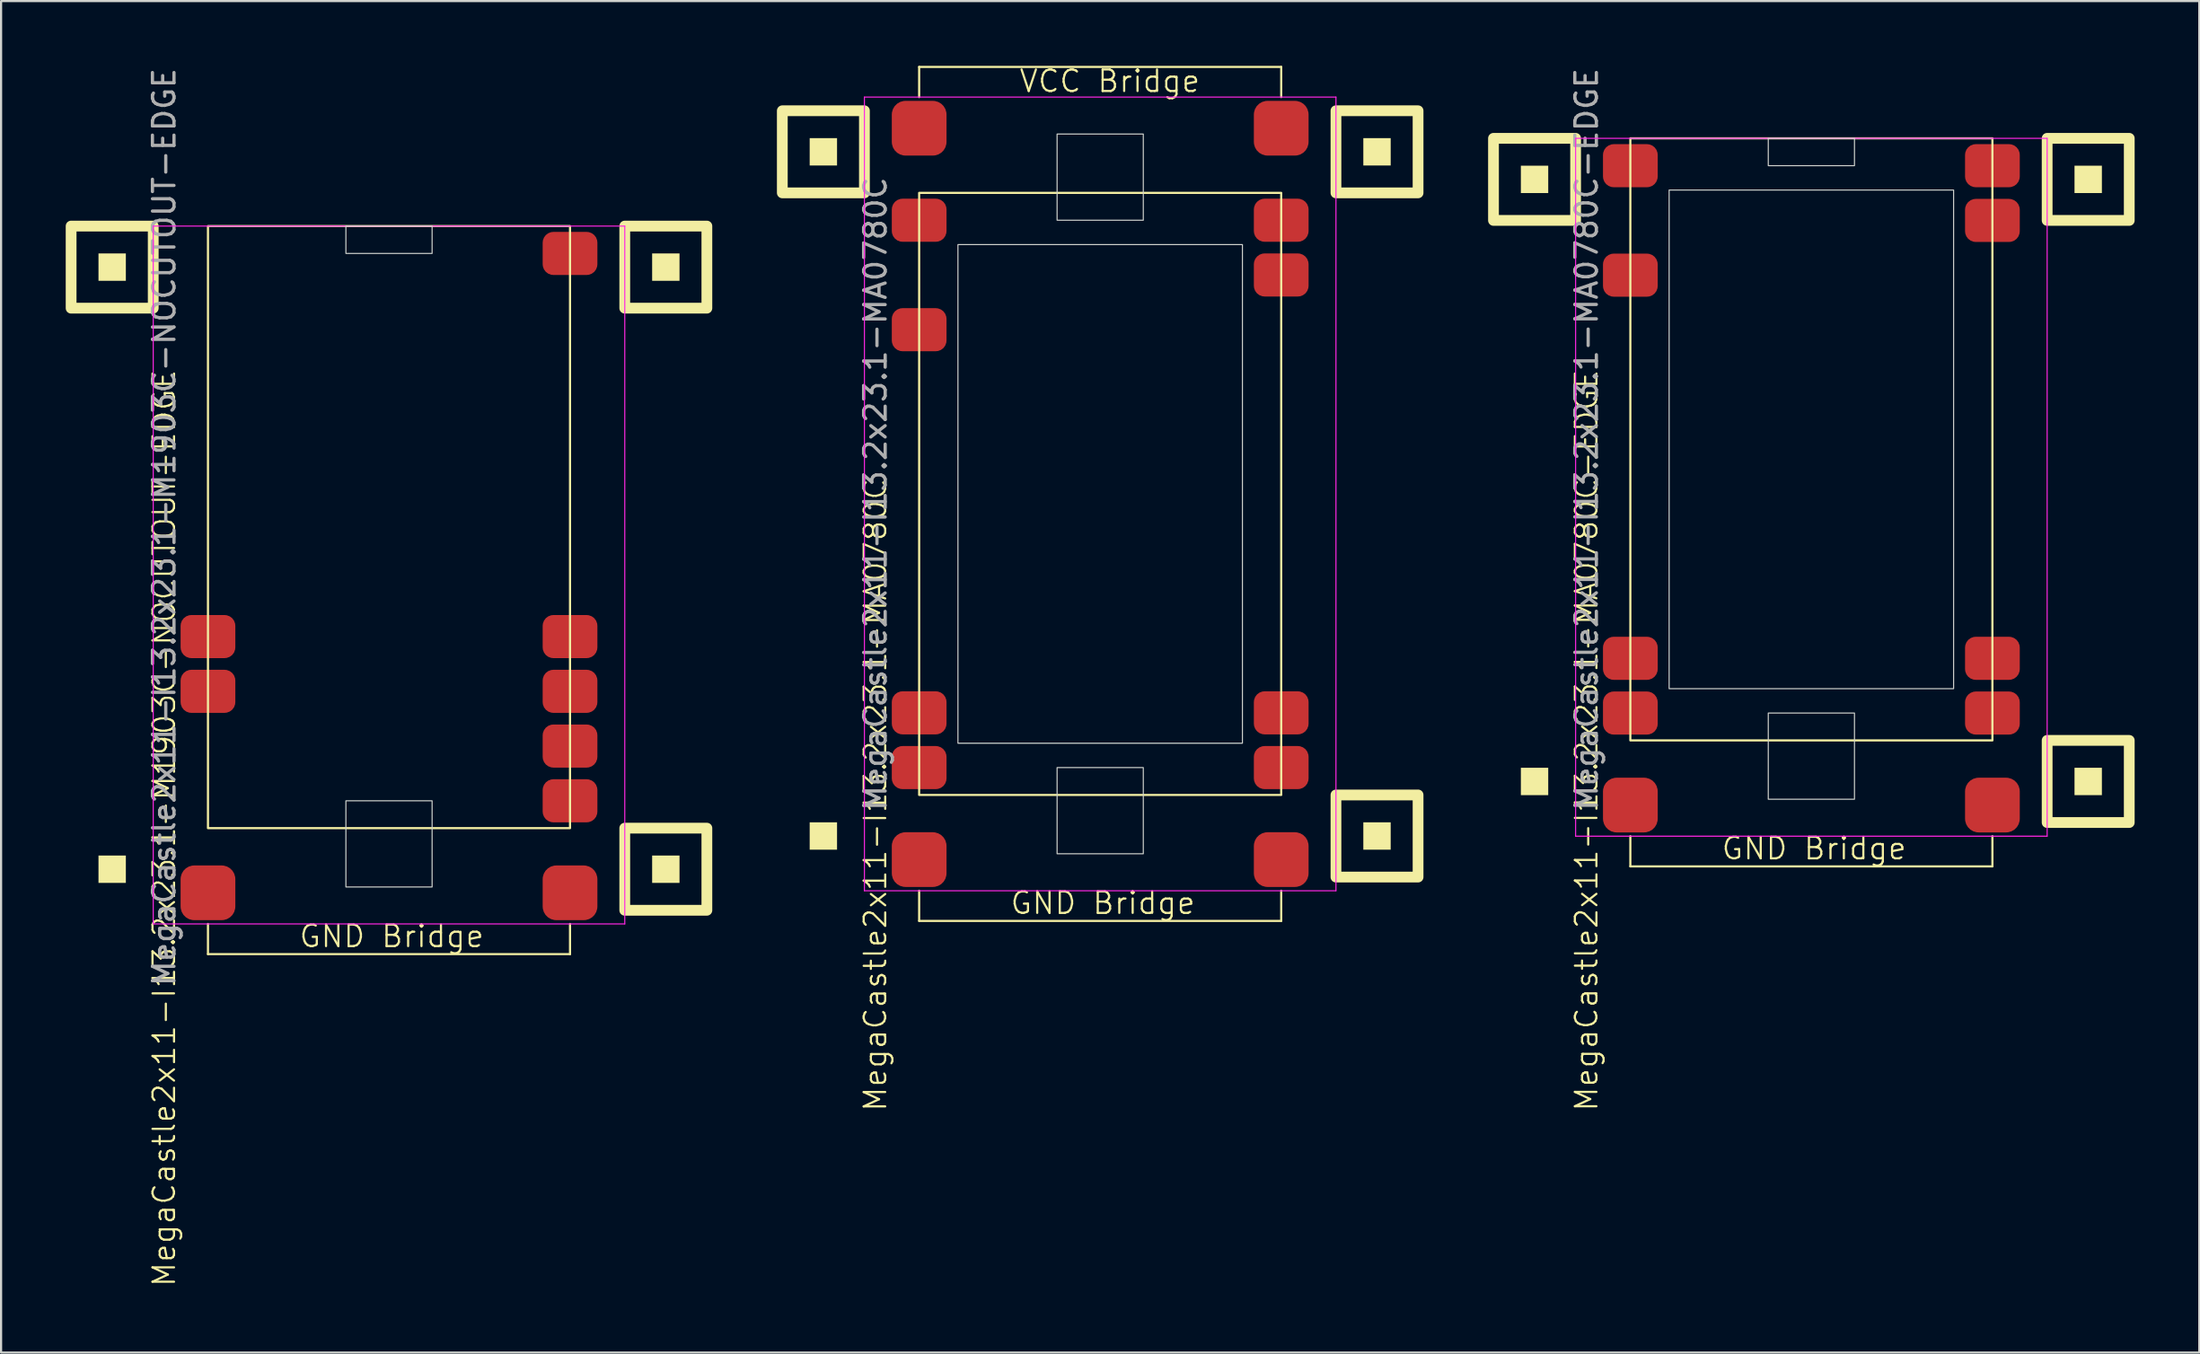
<source format=kicad_pcb>
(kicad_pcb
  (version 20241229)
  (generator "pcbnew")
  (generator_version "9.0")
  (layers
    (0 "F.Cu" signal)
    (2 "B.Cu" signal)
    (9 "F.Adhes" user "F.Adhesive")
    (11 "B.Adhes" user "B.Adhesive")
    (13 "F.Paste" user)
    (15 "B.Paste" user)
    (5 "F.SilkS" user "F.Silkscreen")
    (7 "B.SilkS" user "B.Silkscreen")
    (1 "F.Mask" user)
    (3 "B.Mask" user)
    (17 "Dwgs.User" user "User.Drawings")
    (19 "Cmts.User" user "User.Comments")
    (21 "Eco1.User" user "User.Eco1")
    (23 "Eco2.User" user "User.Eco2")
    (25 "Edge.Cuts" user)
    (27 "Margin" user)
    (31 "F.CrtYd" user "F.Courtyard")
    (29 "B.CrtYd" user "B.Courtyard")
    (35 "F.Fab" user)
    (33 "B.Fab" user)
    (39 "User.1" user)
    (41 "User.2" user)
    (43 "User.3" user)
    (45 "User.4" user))
  (footprint "MegaCastle2x11-I13.2x23.1-MA0780C-EDGE"
    (layer "F.Cu")
    (at 81 17.339)
    (property "Reference" "MegaCastle2x11-I13.2x23.1-MA0780C-EDGE" (at -10.432 13.97 90) (unlocked yes) (layer "F.SilkS") (effects (font (size 1 1) (thickness 0.1))))
    (attr smd)
    (fp_line (start -8.4 18.415) (end -8.4 19.815) (stroke (width 0.1) (type default)) (layer "F.SilkS"))
    (fp_line (start -8.4 19.815) (end 8.4 19.815) (stroke (width 0.1) (type default)) (layer "F.SilkS"))
    (fp_line (start 8.4 18.415) (end 8.4 19.815) (stroke (width 0.1) (type default)) (layer "F.SilkS"))
    (fp_rect (start -12.21 -11.43) (end -13.48 -12.7) (stroke (width 0) (type solid)) (fill yes) (layer "F.SilkS"))
    (fp_rect (start -12.21 16.51) (end -13.48 15.24) (stroke (width 0) (type solid)) (fill yes) (layer "F.SilkS"))
    (fp_rect (start -10.94 -10.16) (end -14.75 -13.97) (stroke (width 0.5) (type default)) (fill no) (layer "F.SilkS"))
    (fp_rect (start -8.4 -13.97) (end 8.4 13.97) (stroke (width 0.1) (type default)) (fill no) (layer "F.SilkS"))
    (fp_rect (start 13.48 -11.43) (end 12.21 -12.7) (stroke (width 0) (type solid)) (fill yes) (layer "F.SilkS"))
    (fp_rect (start 13.48 16.51) (end 12.21 15.24) (stroke (width 0) (type solid)) (fill yes) (layer "F.SilkS"))
    (fp_rect (start 14.75 -10.16) (end 10.94 -13.97) (stroke (width 0.5) (type default)) (fill no) (layer "F.SilkS"))
    (fp_rect (start 14.75 17.78) (end 10.94 13.97) (stroke (width 0.5) (type default)) (fill no) (layer "F.SilkS"))
    (fp_rect (start -6.6 -11.57) (end 6.6 11.57) (stroke (width 0.05) (type default)) (fill no) (layer "Edge.Cuts"))
    (fp_rect (start -2 -12.7) (end 2 -13.97) (stroke (width 0.05) (type default)) (fill no) (layer "Edge.Cuts"))
    (fp_rect (start -2 12.7) (end 2 16.7) (stroke (width 0.05) (type default)) (fill no) (layer "Edge.Cuts"))
    (fp_line (start -10.94 -13.97) (end -10.94 18.415) (stroke (width 0.05) (type default)) (layer "F.CrtYd"))
    (fp_line (start -10.94 18.415) (end 10.94 18.415) (stroke (width 0.05) (type default)) (layer "F.CrtYd"))
    (fp_line (start 10.94 -13.97) (end -10.94 -13.97) (stroke (width 0.05) (type default)) (layer "F.CrtYd"))
    (fp_line (start 10.94 -13.97) (end 10.94 18.415) (stroke (width 0.05) (type default)) (layer "F.CrtYd"))
    (fp_text user "GND Bridge" (at -4.226 19.57 0) (unlocked yes) (layer "F.SilkS") (effects (font (size 1 1) (thickness 0.1)) (justify left bottom)))
    (fp_text user "${REFERENCE}" (at -10.432 0 90) (unlocked yes) (layer "F.Fab") (effects (font (size 1 1) (thickness 0.15))))
    (pad "1" smd roundrect (at -8.4 -12.7) (size 2.54 2) (layers "F.Cu" "F.Mask" "F.Paste") (roundrect_rratio 0.25))
    (pad "3" smd roundrect (at -8.4 -7.62) (size 2.54 2) (layers "F.Cu" "F.Mask" "F.Paste") (roundrect_rratio 0.25))
    (pad "10" smd roundrect (at -8.4 10.16) (size 2.54 2) (layers "F.Cu" "F.Mask" "F.Paste") (roundrect_rratio 0.25))
    (pad "11" smd roundrect (at -8.4 12.7) (size 2.54 2) (layers "F.Cu" "F.Mask" "F.Paste") (roundrect_rratio 0.25))
    (pad "12" smd roundrect (at 8.4 -12.7) (size 2.54 2) (layers "F.Cu" "F.Mask" "F.Paste") (roundrect_rratio 0.25))
    (pad "13" smd roundrect (at 8.4 -10.16) (size 2.54 2) (layers "F.Cu" "F.Mask" "F.Paste") (roundrect_rratio 0.25))
    (pad "21" smd roundrect (at 8.4 10.16) (size 2.54 2) (layers "F.Cu" "F.Mask" "F.Paste") (roundrect_rratio 0.25))
    (pad "22" smd roundrect (at 8.4 12.7) (size 2.54 2) (layers "F.Cu" "F.Mask" "F.Paste") (roundrect_rratio 0.25))
    (pad "B1" smd roundrect (at -8.4 16.97) (size 2.54 2.54) (layers "F.Cu" "F.Mask" "F.Paste") (roundrect_rratio 0.25))
    (pad "B2" smd roundrect (at 8.4 16.97) (size 2.54 2.54) (layers "F.Cu" "F.Mask" "F.Paste") (roundrect_rratio 0.25)))
  (footprint "MegaCastle2x11-I13.2x23.1-MA0780C"
    (layer "F.Cu")
    (at 48 19.87)
    (property "Reference" "MegaCastle2x11-I13.2x23.1-MA0780C" (at -10.432 13.97 90) (unlocked yes) (layer "F.SilkS") (effects (font (size 1 1) (thickness 0.1))))
    (attr smd)
    (fp_line (start -8.4 -19.815) (end 8.4 -19.815) (stroke (width 0.1) (type default)) (layer "F.SilkS"))
    (fp_line (start -8.4 -18.415) (end -8.4 -19.815) (stroke (width 0.1) (type default)) (layer "F.SilkS"))
    (fp_line (start -8.4 18.415) (end -8.4 19.815) (stroke (width 0.1) (type default)) (layer "F.SilkS"))
    (fp_line (start -8.4 19.815) (end 8.4 19.815) (stroke (width 0.1) (type default)) (layer "F.SilkS"))
    (fp_line (start 8.4 -18.415) (end 8.4 -19.815) (stroke (width 0.1) (type default)) (layer "F.SilkS"))
    (fp_line (start 8.4 18.415) (end 8.4 19.815) (stroke (width 0.1) (type default)) (layer "F.SilkS"))
    (fp_rect (start -12.21 -15.24) (end -13.48 -16.51) (stroke (width 0) (type solid)) (fill yes) (layer "F.SilkS"))
    (fp_rect (start -12.21 16.51) (end -13.48 15.24) (stroke (width 0) (type solid)) (fill yes) (layer "F.SilkS"))
    (fp_rect (start -10.94 -13.97) (end -14.75 -17.78) (stroke (width 0.5) (type default)) (fill no) (layer "F.SilkS"))
    (fp_rect (start -8.4 -13.97) (end 8.4 13.97) (stroke (width 0.1) (type default)) (fill no) (layer "F.SilkS"))
    (fp_rect (start 13.48 -15.24) (end 12.21 -16.51) (stroke (width 0) (type solid)) (fill yes) (layer "F.SilkS"))
    (fp_rect (start 13.48 16.51) (end 12.21 15.24) (stroke (width 0) (type solid)) (fill yes) (layer "F.SilkS"))
    (fp_rect (start 14.75 -13.97) (end 10.94 -17.78) (stroke (width 0.5) (type default)) (fill no) (layer "F.SilkS"))
    (fp_rect (start 14.75 17.78) (end 10.94 13.97) (stroke (width 0.5) (type default)) (fill no) (layer "F.SilkS"))
    (fp_rect (start -6.6 -11.57) (end 6.6 11.57) (stroke (width 0.05) (type default)) (fill no) (layer "Edge.Cuts"))
    (fp_rect (start -2 -12.7) (end 2 -16.7) (stroke (width 0.05) (type default)) (fill no) (layer "Edge.Cuts"))
    (fp_rect (start -2 12.7) (end 2 16.7) (stroke (width 0.05) (type default)) (fill no) (layer "Edge.Cuts"))
    (fp_line (start -10.94 -18.415) (end -10.94 18.415) (stroke (width 0.05) (type default)) (layer "F.CrtYd"))
    (fp_line (start -10.94 18.415) (end 10.94 18.415) (stroke (width 0.05) (type default)) (layer "F.CrtYd"))
    (fp_line (start 10.94 -18.415) (end -10.94 -18.415) (stroke (width 0.05) (type default)) (layer "F.CrtYd"))
    (fp_line (start 10.94 -18.415) (end 10.94 18.415) (stroke (width 0.05) (type default)) (layer "F.CrtYd"))
    (fp_text user "GND Bridge" (at -4.226 19.57 0) (unlocked yes) (layer "F.SilkS") (effects (font (size 1 1) (thickness 0.1)) (justify left bottom)))
    (fp_text user "VCC Bridge" (at -3.81 -18.57 0) (unlocked yes) (layer "F.SilkS") (effects (font (size 1 1) (thickness 0.1)) (justify left bottom)))
    (fp_text user "${REFERENCE}" (at -10.432 0 90) (unlocked yes) (layer "F.Fab") (effects (font (size 1 1) (thickness 0.15))))
    (pad "1" smd roundrect (at -8.4 -12.7) (size 2.54 2) (layers "F.Cu" "F.Mask" "F.Paste") (roundrect_rratio 0.25))
    (pad "3" smd roundrect (at -8.4 -7.62) (size 2.54 2) (layers "F.Cu" "F.Mask" "F.Paste") (roundrect_rratio 0.25))
    (pad "10" smd roundrect (at -8.4 10.16) (size 2.54 2) (layers "F.Cu" "F.Mask" "F.Paste") (roundrect_rratio 0.25))
    (pad "11" smd roundrect (at -8.4 12.7) (size 2.54 2) (layers "F.Cu" "F.Mask" "F.Paste") (roundrect_rratio 0.25))
    (pad "12" smd roundrect (at 8.4 -12.7) (size 2.54 2) (layers "F.Cu" "F.Mask" "F.Paste") (roundrect_rratio 0.25))
    (pad "13" smd roundrect (at 8.4 -10.16) (size 2.54 2) (layers "F.Cu" "F.Mask" "F.Paste") (roundrect_rratio 0.25))
    (pad "21" smd roundrect (at 8.4 10.16) (size 2.54 2) (layers "F.Cu" "F.Mask" "F.Paste") (roundrect_rratio 0.25))
    (pad "22" smd roundrect (at 8.4 12.7) (size 2.54 2) (layers "F.Cu" "F.Mask" "F.Paste") (roundrect_rratio 0.25))
    (pad "A1" smd roundrect (at -8.4 -16.97) (size 2.54 2.54) (layers "F.Cu" "F.Mask" "F.Paste") (roundrect_rratio 0.25))
    (pad "A2" smd roundrect (at 8.4 -16.97) (size 2.54 2.54) (layers "F.Cu" "F.Mask" "F.Paste") (roundrect_rratio 0.25))
    (pad "B1" smd roundrect (at -8.4 16.97) (size 2.54 2.54) (layers "F.Cu" "F.Mask" "F.Paste") (roundrect_rratio 0.25))
    (pad "B2" smd roundrect (at 8.4 16.97) (size 2.54 2.54) (layers "F.Cu" "F.Mask" "F.Paste") (roundrect_rratio 0.25)))
  (footprint "MegaCastle2x11-I13.2x23.1-M1903C-NOCUTOUT-EDGE"
    (layer "F.Cu")
    (at 15 21.411)
    (property "Reference" "MegaCastle2x11-I13.2x23.1-M1903C-NOCUTOUT-EDGE" (at -10.432 13.97 90) (unlocked yes) (layer "F.SilkS") (effects (font (size 1 1) (thickness 0.1))))
    (attr smd)
    (fp_line (start -8.4 18.415) (end -8.4 19.815) (stroke (width 0.1) (type default)) (layer "F.SilkS"))
    (fp_line (start -8.4 19.815) (end 8.4 19.815) (stroke (width 0.1) (type default)) (layer "F.SilkS"))
    (fp_line (start 8.4 18.415) (end 8.4 19.815) (stroke (width 0.1) (type default)) (layer "F.SilkS"))
    (fp_rect (start -12.21 -11.43) (end -13.48 -12.7) (stroke (width 0) (type solid)) (fill yes) (layer "F.SilkS"))
    (fp_rect (start -12.21 16.51) (end -13.48 15.24) (stroke (width 0) (type solid)) (fill yes) (layer "F.SilkS"))
    (fp_rect (start -10.94 -10.16) (end -14.75 -13.97) (stroke (width 0.5) (type default)) (fill no) (layer "F.SilkS"))
    (fp_rect (start -8.4 -13.97) (end 8.4 13.97) (stroke (width 0.1) (type default)) (fill no) (layer "F.SilkS"))
    (fp_rect (start 13.48 -11.43) (end 12.21 -12.7) (stroke (width 0) (type solid)) (fill yes) (layer "F.SilkS"))
    (fp_rect (start 13.48 16.51) (end 12.21 15.24) (stroke (width 0) (type solid)) (fill yes) (layer "F.SilkS"))
    (fp_rect (start 14.75 -10.16) (end 10.94 -13.97) (stroke (width 0.5) (type default)) (fill no) (layer "F.SilkS"))
    (fp_rect (start 14.75 17.78) (end 10.94 13.97) (stroke (width 0.5) (type default)) (fill no) (layer "F.SilkS"))
    (fp_rect (start -2 -12.7) (end 2 -13.97) (stroke (width 0.05) (type default)) (fill no) (layer "Edge.Cuts"))
    (fp_rect (start -2 12.7) (end 2 16.7) (stroke (width 0.05) (type default)) (fill no) (layer "Edge.Cuts"))
    (fp_line (start -10.94 -13.97) (end -10.94 18.415) (stroke (width 0.05) (type default)) (layer "F.CrtYd"))
    (fp_line (start -10.94 18.415) (end 10.94 18.415) (stroke (width 0.05) (type default)) (layer "F.CrtYd"))
    (fp_line (start 10.94 -13.97) (end -10.94 -13.97) (stroke (width 0.05) (type default)) (layer "F.CrtYd"))
    (fp_line (start 10.94 -13.97) (end 10.94 18.415) (stroke (width 0.05) (type default)) (layer "F.CrtYd"))
    (fp_text user "GND Bridge" (at -4.226 19.57 0) (unlocked yes) (layer "F.SilkS") (effects (font (size 1 1) (thickness 0.1)) (justify left bottom)))
    (fp_text user "${REFERENCE}" (at -10.432 0 90) (unlocked yes) (layer "F.Fab") (effects (font (size 1 1) (thickness 0.15))))
    (pad "8" smd roundrect (at -8.4 5.08) (size 2.54 2) (layers "F.Cu" "F.Mask" "F.Paste") (roundrect_rratio 0.25))
    (pad "9" smd roundrect (at -8.4 7.62) (size 2.54 2) (layers "F.Cu" "F.Mask" "F.Paste") (roundrect_rratio 0.25))
    (pad "12" smd roundrect (at 8.4 -12.7) (size 2.54 2) (layers "F.Cu" "F.Mask" "F.Paste") (roundrect_rratio 0.25))
    (pad "19" smd roundrect (at 8.4 5.08) (size 2.54 2) (layers "F.Cu" "F.Mask" "F.Paste") (roundrect_rratio 0.25))
    (pad "20" smd roundrect (at 8.4 7.62) (size 2.54 2) (layers "F.Cu" "F.Mask" "F.Paste") (roundrect_rratio 0.25))
    (pad "21" smd roundrect (at 8.4 10.16) (size 2.54 2) (layers "F.Cu" "F.Mask" "F.Paste") (roundrect_rratio 0.25))
    (pad "22" smd roundrect (at 8.4 12.7) (size 2.54 2) (layers "F.Cu" "F.Mask" "F.Paste") (roundrect_rratio 0.25))
    (pad "B1" smd roundrect (at -8.4 16.97) (size 2.54 2.54) (layers "F.Cu" "F.Mask" "F.Paste") (roundrect_rratio 0.25))
    (pad "B2" smd roundrect (at 8.4 16.97) (size 2.54 2.54) (layers "F.Cu" "F.Mask" "F.Paste") (roundrect_rratio 0.25)))
  (gr_rect
    (start -3 -3)
    (end 99 59.716)
    (stroke (width 0.1) (type default))
    (fill no)
    (layer "Edge.Cuts")))
</source>
